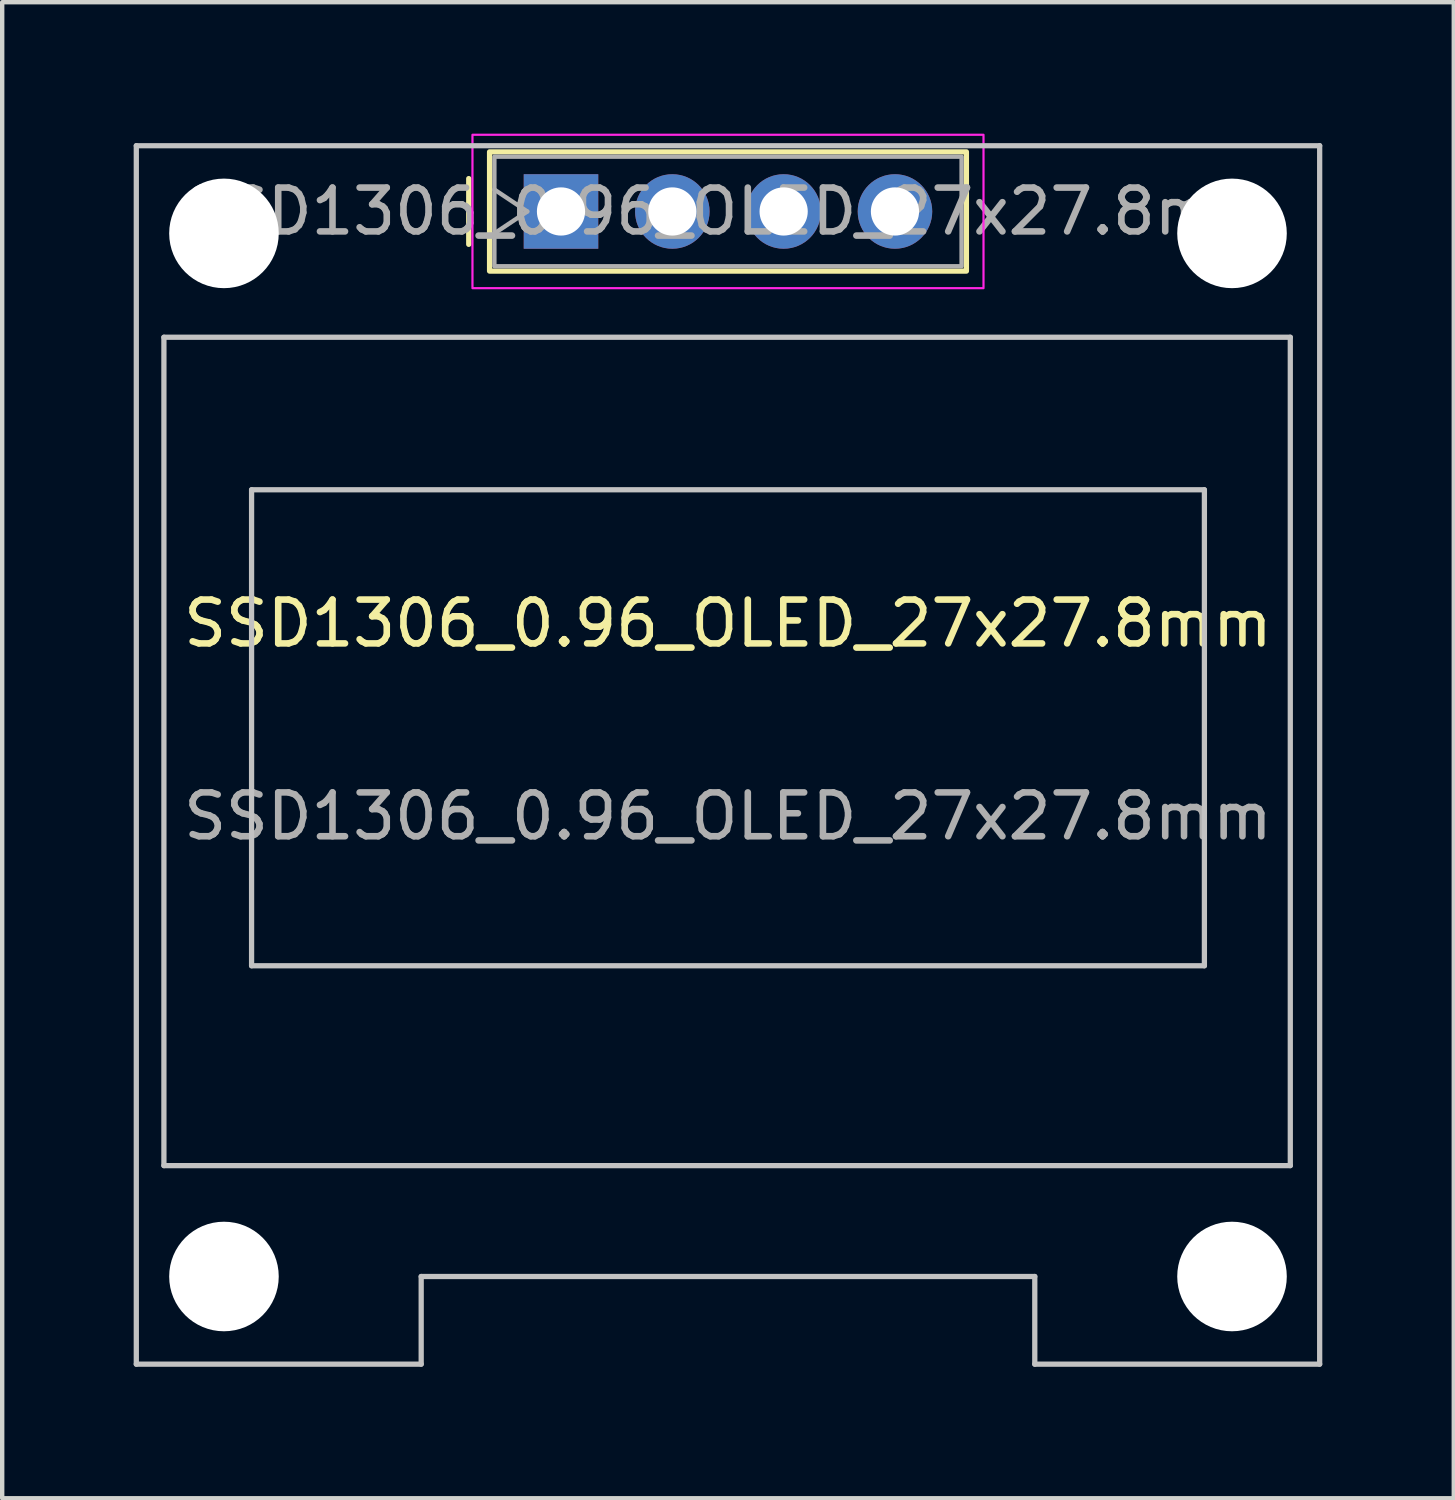
<source format=kicad_pcb>
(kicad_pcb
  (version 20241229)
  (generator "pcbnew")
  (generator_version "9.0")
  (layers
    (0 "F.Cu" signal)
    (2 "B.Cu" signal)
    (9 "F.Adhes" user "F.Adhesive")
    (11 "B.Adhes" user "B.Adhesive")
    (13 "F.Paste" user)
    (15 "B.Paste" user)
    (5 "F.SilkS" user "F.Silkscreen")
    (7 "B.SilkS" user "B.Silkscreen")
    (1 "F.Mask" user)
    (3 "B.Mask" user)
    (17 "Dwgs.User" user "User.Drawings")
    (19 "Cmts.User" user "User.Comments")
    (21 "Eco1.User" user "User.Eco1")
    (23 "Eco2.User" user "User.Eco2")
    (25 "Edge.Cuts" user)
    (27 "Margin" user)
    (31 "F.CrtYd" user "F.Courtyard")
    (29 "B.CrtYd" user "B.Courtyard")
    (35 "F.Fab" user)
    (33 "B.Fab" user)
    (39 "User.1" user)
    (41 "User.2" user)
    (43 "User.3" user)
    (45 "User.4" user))
  (footprint "SSD1306_0.96_OLED_27x27.8mm"
    (layer "F.Cu")
    (at 13.56 14.175)
    (property "Reference" "SSD1306_0.96_OLED_27x27.8mm" (at 0 -3 0) (unlocked yes) (layer "F.SilkS") (effects (font (size 1 1) (thickness 0.15))))
    (attr through_hole)
    (fp_line (start -5.915 -13.15) (end -5.915 -11.65) (stroke (width 0.12) (type solid)) (layer "F.SilkS"))
    (fp_rect (start -5.44 -13.76) (end 5.44 -11.04) (stroke (width 0.12) (type solid)) (fill no) (layer "F.SilkS"))
    (fp_line (start -13.5 -13.9) (end -13.5 13.9) (stroke (width 0.12) (type solid)) (layer "Dwgs.User"))
    (fp_line (start -13.5 13.9) (end -7 13.9) (stroke (width 0.05) (type solid)) (layer "Dwgs.User"))
    (fp_line (start -13.5 13.9) (end -7 13.9) (stroke (width 0.12) (type solid)) (layer "Dwgs.User"))
    (fp_line (start -12.87 -9.53) (end -12.87 9.37) (stroke (width 0.12) (type solid)) (layer "Dwgs.User"))
    (fp_line (start -12.87 9.37) (end 12.83 9.37) (stroke (width 0.12) (type solid)) (layer "Dwgs.User"))
    (fp_line (start -10.87 -6.05) (end -10.87 4.81) (stroke (width 0.12) (type solid)) (layer "Dwgs.User"))
    (fp_line (start -10.87 4.81) (end 10.87 4.81) (stroke (width 0.12) (type solid)) (layer "Dwgs.User"))
    (fp_line (start -7 11.9) (end 7 11.9) (stroke (width 0.05) (type solid)) (layer "Dwgs.User"))
    (fp_line (start -7 11.9) (end 7 11.9) (stroke (width 0.12) (type solid)) (layer "Dwgs.User"))
    (fp_line (start -7 13.9) (end -7 11.9) (stroke (width 0.05) (type solid)) (layer "Dwgs.User"))
    (fp_line (start -7 13.9) (end -7 11.9) (stroke (width 0.12) (type solid)) (layer "Dwgs.User"))
    (fp_line (start 7 11.9) (end 7 13.9) (stroke (width 0.05) (type solid)) (layer "Dwgs.User"))
    (fp_line (start 7 11.9) (end 7 13.9) (stroke (width 0.12) (type solid)) (layer "Dwgs.User"))
    (fp_line (start 7 13.9) (end 13.5 13.9) (stroke (width 0.05) (type solid)) (layer "Dwgs.User"))
    (fp_line (start 7 13.9) (end 13.5 13.9) (stroke (width 0.12) (type solid)) (layer "Dwgs.User"))
    (fp_line (start 10.87 -6.05) (end -10.87 -6.05) (stroke (width 0.12) (type solid)) (layer "Dwgs.User"))
    (fp_line (start 10.87 4.81) (end 10.87 -6.05) (stroke (width 0.12) (type solid)) (layer "Dwgs.User"))
    (fp_line (start 12.83 -9.53) (end -12.87 -9.53) (stroke (width 0.12) (type solid)) (layer "Dwgs.User"))
    (fp_line (start 12.83 9.37) (end 12.83 -9.53) (stroke (width 0.12) (type solid)) (layer "Dwgs.User"))
    (fp_line (start 13.5 -13.9) (end -13.5 -13.9) (stroke (width 0.05) (type solid)) (layer "Dwgs.User"))
    (fp_line (start 13.5 -13.9) (end -13.5 -13.9) (stroke (width 0.12) (type solid)) (layer "Dwgs.User"))
    (fp_line (start 13.5 13.9) (end 13.5 -13.9) (stroke (width 0.05) (type solid)) (layer "Dwgs.User"))
    (fp_line (start 13.5 13.9) (end 13.5 -13.9) (stroke (width 0.12) (type solid)) (layer "Dwgs.User"))
    (fp_line (start -13.5 -13.9) (end -13.5 13.9) (stroke (width 0.05) (type solid)) (layer "F.CrtYd"))
    (fp_rect (start -5.83 -14.15) (end 5.83 -10.65) (stroke (width 0.05) (type solid)) (fill no) (layer "F.CrtYd"))
    (fp_line (start -5.33 -12.9) (end -4.58 -12.4) (stroke (width 0.1) (type solid)) (layer "F.Fab"))
    (fp_line (start -4.58 -12.4) (end -5.33 -11.9) (stroke (width 0.1) (type solid)) (layer "F.Fab"))
    (fp_rect (start -5.33 -13.65) (end 5.33 -11.15) (stroke (width 0.1) (type solid)) (fill no) (layer "F.Fab"))
    (fp_text user "${REFERENCE}" (at 0 -12.4 0) (unlocked yes) (layer "F.Fab") (effects (font (size 1 1) (thickness 0.15))))
    (fp_text user "${REFERENCE}" (at 0 1.4 0) (unlocked yes) (layer "F.Fab") (effects (font (size 1 1) (thickness 0.15))))
    (pad "" np_thru_hole circle (at -11.5 -11.9) (size 2.5 2.5) (drill 2.5) (layers "*.Cu" "*.Mask"))
    (pad "" np_thru_hole circle (at -11.5 11.9) (size 2.5 2.5) (drill 2.5) (layers "*.Cu" "*.Mask"))
    (pad "" np_thru_hole circle (at 11.5 -11.9) (size 2.5 2.5) (drill 2.5) (layers "*.Cu" "*.Mask"))
    (pad "" np_thru_hole circle (at 11.5 11.9) (size 2.5 2.5) (drill 2.5) (layers "*.Cu" "*.Mask"))
    (pad "1" thru_hole rect (at -3.81 -12.4) (size 1.7 1.7) (drill 1.1) (layers "*.Cu" "*.Mask"))
    (pad "2" thru_hole circle (at -1.27 -12.4) (size 1.7 1.7) (drill 1.1) (layers "*.Cu" "*.Mask"))
    (pad "3" thru_hole circle (at 1.27 -12.4) (size 1.7 1.7) (drill 1.1) (layers "*.Cu" "*.Mask"))
    (pad "4" thru_hole circle (at 3.81 -12.4) (size 1.7 1.7) (drill 1.1) (layers "*.Cu" "*.Mask")))
  (gr_rect
    (start -3 -3)
    (end 30.12 31.135)
    (stroke (width 0.1) (type default))
    (fill no)
    (layer "Edge.Cuts")))
</source>
